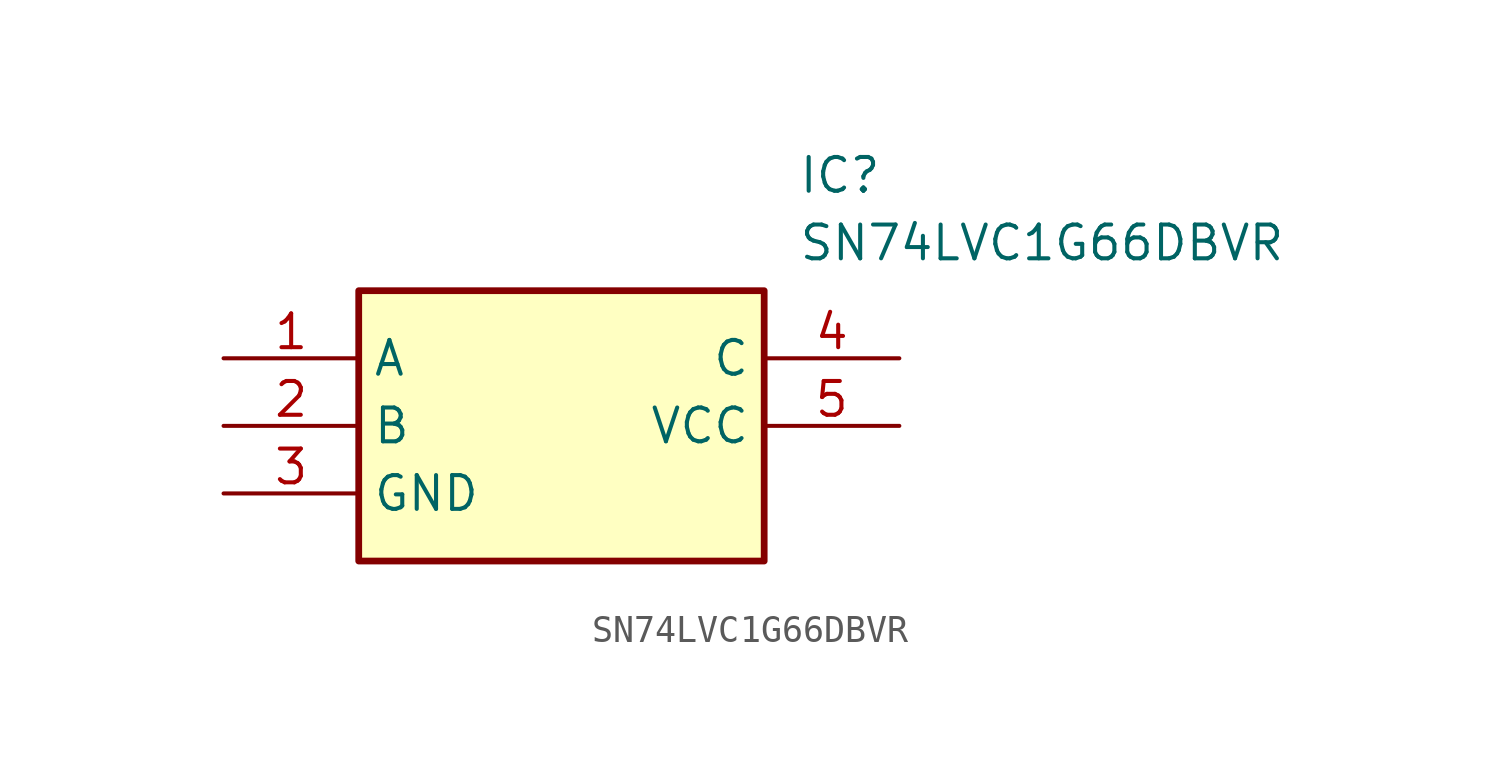
<source format=kicad_sym>
(kicad_symbol_lib
  (version 20211014)
  (generator SamacSys_ECAD_Model)
  (symbol "SN74LVC1G66DBVR"
    (property "Reference" "IC"
      (at 21.59 7.62 0)
      (effects (font (size 1.27 1.27)) (justify left top)))
    (property "Value" "SN74LVC1G66DBVR"
      (at 21.59 5.08 0)
      (effects (font (size 1.27 1.27)) (justify left top)))
    (rectangle
      (start 5.08 2.54)
      (end 20.32 -7.62)
      (stroke (width 0.254) (type default))
      (fill (type background)))
    (pin passive line
      (at 0 0 0)
      (length 5.08)
      (name "A" (effects (font (size 1.27 1.27))))
      (number "1" (effects (font (size 1.27 1.27)))))
    (pin passive line
      (at 0 -2.54 0)
      (length 5.08)
      (name "B" (effects (font (size 1.27 1.27))))
      (number "2" (effects (font (size 1.27 1.27)))))
    (pin passive line
      (at 0 -5.08 0)
      (length 5.08)
      (name "GND" (effects (font (size 1.27 1.27))))
      (number "3" (effects (font (size 1.27 1.27)))))
    (pin passive line
      (at 25.4 0 180)
      (length 5.08)
      (name "C" (effects (font (size 1.27 1.27))))
      (number "4" (effects (font (size 1.27 1.27)))))
    (pin passive line
      (at 25.4 -2.54 180)
      (length 5.08)
      (name "VCC" (effects (font (size 1.27 1.27))))
      (number "5" (effects (font (size 1.27 1.27)))))))
</source>
